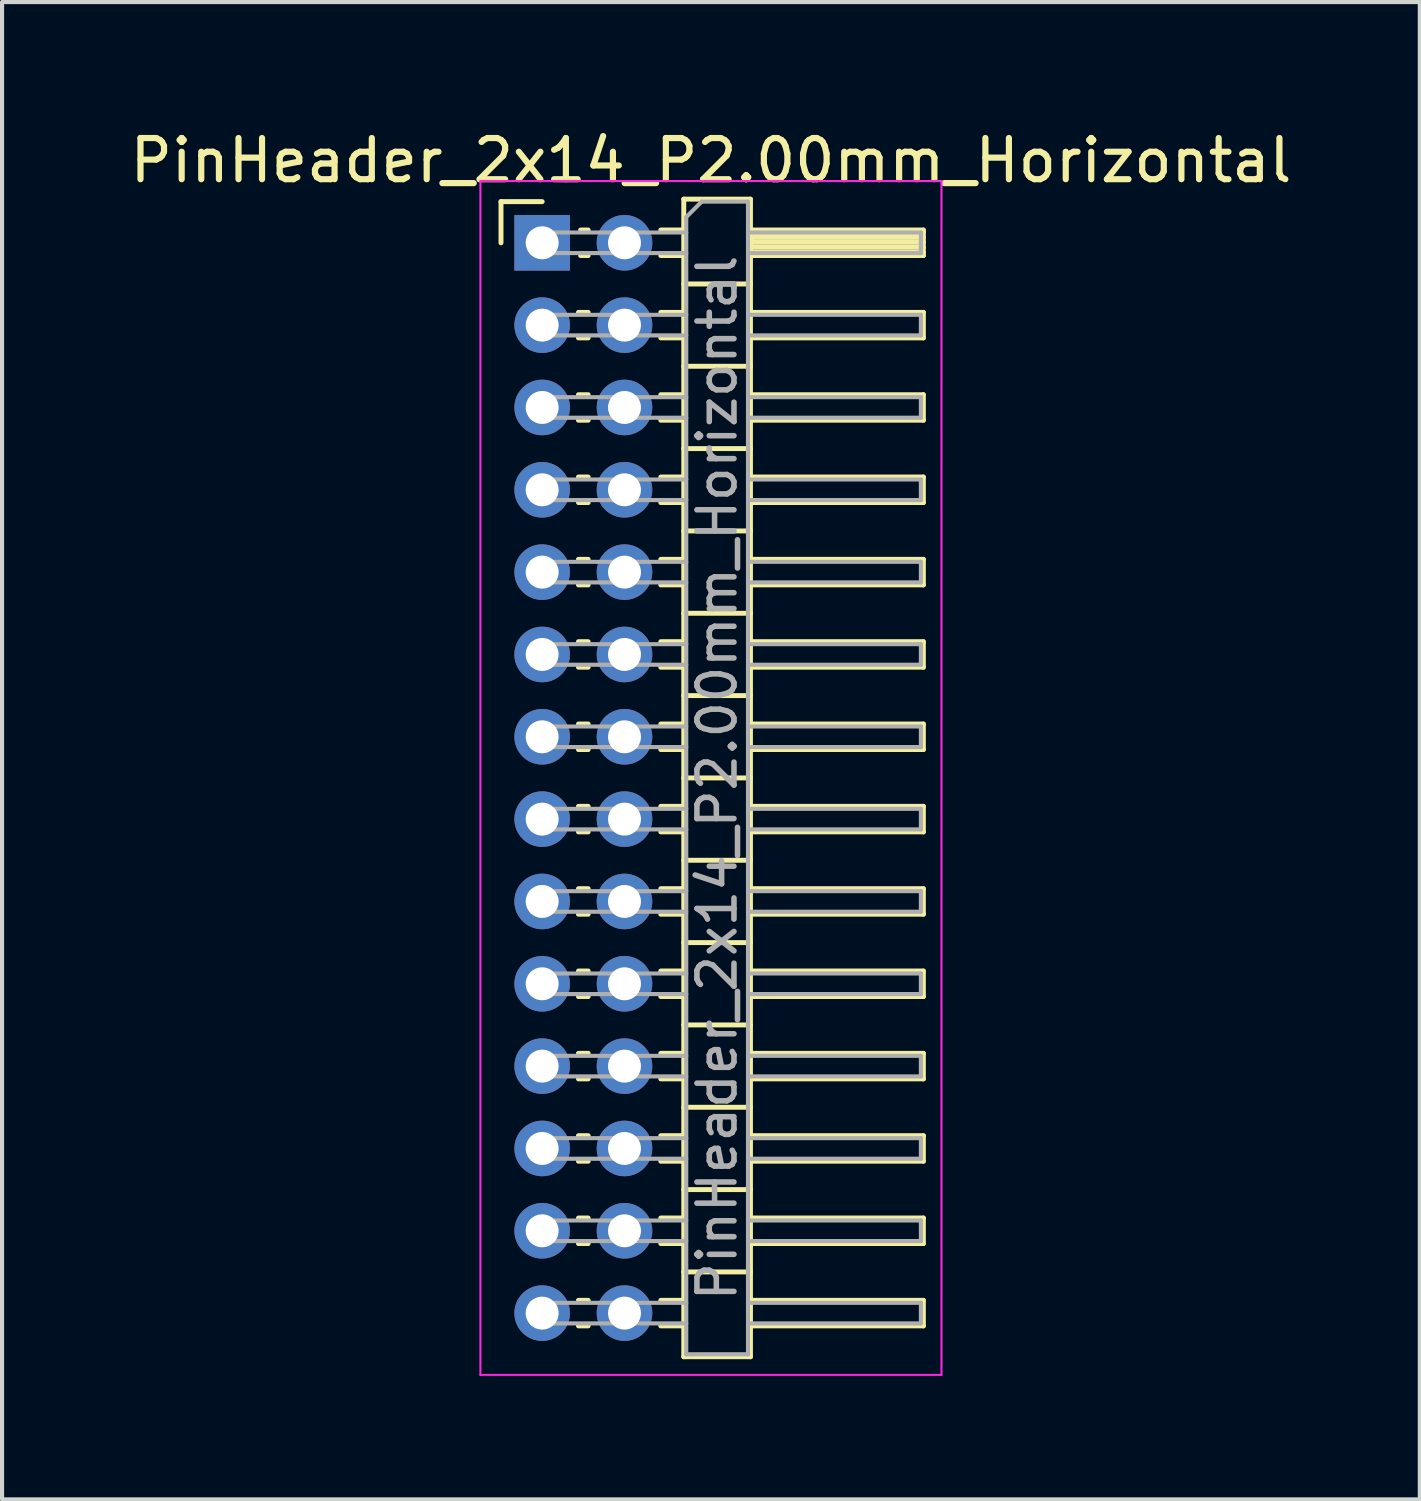
<source format=kicad_pcb>
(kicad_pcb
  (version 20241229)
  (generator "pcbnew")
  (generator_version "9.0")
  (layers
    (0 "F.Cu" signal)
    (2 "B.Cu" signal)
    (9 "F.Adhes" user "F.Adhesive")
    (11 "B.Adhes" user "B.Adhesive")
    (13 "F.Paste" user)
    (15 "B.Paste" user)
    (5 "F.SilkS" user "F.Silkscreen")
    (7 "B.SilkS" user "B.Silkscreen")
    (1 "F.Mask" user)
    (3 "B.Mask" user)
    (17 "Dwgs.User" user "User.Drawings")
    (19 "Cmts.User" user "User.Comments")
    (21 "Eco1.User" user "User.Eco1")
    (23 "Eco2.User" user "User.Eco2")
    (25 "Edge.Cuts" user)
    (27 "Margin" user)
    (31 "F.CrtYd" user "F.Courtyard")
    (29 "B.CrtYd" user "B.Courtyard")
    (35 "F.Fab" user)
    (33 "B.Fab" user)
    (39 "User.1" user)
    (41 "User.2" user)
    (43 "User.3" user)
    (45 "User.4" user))
  (footprint "PinHeader_2x14_P2.00mm_Horizontal"
    (layer "F.Cu")
    (at 10.12 2.848)
    (property "Reference" "PinHeader_2x14_P2.00mm_Horizontal" (at 4.1 -2 0) (layer "F.SilkS") (effects (font (size 1 1) (thickness 0.15))))
    (attr through_hole)
    (fp_line (start -1 -1) (end 0 -1) (stroke (width 0.12) (type solid)) (layer "F.SilkS"))
    (fp_line (start -1 0) (end -1 -1) (stroke (width 0.12) (type solid)) (layer "F.SilkS"))
    (fp_line (start 0.882 1.69) (end 1.118 1.69) (stroke (width 0.12) (type solid)) (layer "F.SilkS"))
    (fp_line (start 0.882 2.31) (end 1.118 2.31) (stroke (width 0.12) (type solid)) (layer "F.SilkS"))
    (fp_line (start 0.882 3.69) (end 1.118 3.69) (stroke (width 0.12) (type solid)) (layer "F.SilkS"))
    (fp_line (start 0.882 4.31) (end 1.118 4.31) (stroke (width 0.12) (type solid)) (layer "F.SilkS"))
    (fp_line (start 0.882 5.69) (end 1.118 5.69) (stroke (width 0.12) (type solid)) (layer "F.SilkS"))
    (fp_line (start 0.882 6.31) (end 1.118 6.31) (stroke (width 0.12) (type solid)) (layer "F.SilkS"))
    (fp_line (start 0.882 7.69) (end 1.118 7.69) (stroke (width 0.12) (type solid)) (layer "F.SilkS"))
    (fp_line (start 0.882 8.31) (end 1.118 8.31) (stroke (width 0.12) (type solid)) (layer "F.SilkS"))
    (fp_line (start 0.882 9.69) (end 1.118 9.69) (stroke (width 0.12) (type solid)) (layer "F.SilkS"))
    (fp_line (start 0.882 10.31) (end 1.118 10.31) (stroke (width 0.12) (type solid)) (layer "F.SilkS"))
    (fp_line (start 0.882 11.69) (end 1.118 11.69) (stroke (width 0.12) (type solid)) (layer "F.SilkS"))
    (fp_line (start 0.882 12.31) (end 1.118 12.31) (stroke (width 0.12) (type solid)) (layer "F.SilkS"))
    (fp_line (start 0.882 13.69) (end 1.118 13.69) (stroke (width 0.12) (type solid)) (layer "F.SilkS"))
    (fp_line (start 0.882 14.31) (end 1.118 14.31) (stroke (width 0.12) (type solid)) (layer "F.SilkS"))
    (fp_line (start 0.882 15.69) (end 1.118 15.69) (stroke (width 0.12) (type solid)) (layer "F.SilkS"))
    (fp_line (start 0.882 16.31) (end 1.118 16.31) (stroke (width 0.12) (type solid)) (layer "F.SilkS"))
    (fp_line (start 0.882 17.69) (end 1.118 17.69) (stroke (width 0.12) (type solid)) (layer "F.SilkS"))
    (fp_line (start 0.882 18.31) (end 1.118 18.31) (stroke (width 0.12) (type solid)) (layer "F.SilkS"))
    (fp_line (start 0.882 19.69) (end 1.118 19.69) (stroke (width 0.12) (type solid)) (layer "F.SilkS"))
    (fp_line (start 0.882 20.31) (end 1.118 20.31) (stroke (width 0.12) (type solid)) (layer "F.SilkS"))
    (fp_line (start 0.882 21.69) (end 1.118 21.69) (stroke (width 0.12) (type solid)) (layer "F.SilkS"))
    (fp_line (start 0.882 22.31) (end 1.118 22.31) (stroke (width 0.12) (type solid)) (layer "F.SilkS"))
    (fp_line (start 0.882 23.69) (end 1.118 23.69) (stroke (width 0.12) (type solid)) (layer "F.SilkS"))
    (fp_line (start 0.882 24.31) (end 1.118 24.31) (stroke (width 0.12) (type solid)) (layer "F.SilkS"))
    (fp_line (start 0.882 25.69) (end 1.118 25.69) (stroke (width 0.12) (type solid)) (layer "F.SilkS"))
    (fp_line (start 0.882 26.31) (end 1.118 26.31) (stroke (width 0.12) (type solid)) (layer "F.SilkS"))
    (fp_line (start 0.935 -0.31) (end 1.118 -0.31) (stroke (width 0.12) (type solid)) (layer "F.SilkS"))
    (fp_line (start 0.935 0.31) (end 1.118 0.31) (stroke (width 0.12) (type solid)) (layer "F.SilkS"))
    (fp_line (start 2.882 -0.31) (end 3.44 -0.31) (stroke (width 0.12) (type solid)) (layer "F.SilkS"))
    (fp_line (start 2.882 0.31) (end 3.44 0.31) (stroke (width 0.12) (type solid)) (layer "F.SilkS"))
    (fp_line (start 2.882 1.69) (end 3.44 1.69) (stroke (width 0.12) (type solid)) (layer "F.SilkS"))
    (fp_line (start 2.882 2.31) (end 3.44 2.31) (stroke (width 0.12) (type solid)) (layer "F.SilkS"))
    (fp_line (start 2.882 3.69) (end 3.44 3.69) (stroke (width 0.12) (type solid)) (layer "F.SilkS"))
    (fp_line (start 2.882 4.31) (end 3.44 4.31) (stroke (width 0.12) (type solid)) (layer "F.SilkS"))
    (fp_line (start 2.882 5.69) (end 3.44 5.69) (stroke (width 0.12) (type solid)) (layer "F.SilkS"))
    (fp_line (start 2.882 6.31) (end 3.44 6.31) (stroke (width 0.12) (type solid)) (layer "F.SilkS"))
    (fp_line (start 2.882 7.69) (end 3.44 7.69) (stroke (width 0.12) (type solid)) (layer "F.SilkS"))
    (fp_line (start 2.882 8.31) (end 3.44 8.31) (stroke (width 0.12) (type solid)) (layer "F.SilkS"))
    (fp_line (start 2.882 9.69) (end 3.44 9.69) (stroke (width 0.12) (type solid)) (layer "F.SilkS"))
    (fp_line (start 2.882 10.31) (end 3.44 10.31) (stroke (width 0.12) (type solid)) (layer "F.SilkS"))
    (fp_line (start 2.882 11.69) (end 3.44 11.69) (stroke (width 0.12) (type solid)) (layer "F.SilkS"))
    (fp_line (start 2.882 12.31) (end 3.44 12.31) (stroke (width 0.12) (type solid)) (layer "F.SilkS"))
    (fp_line (start 2.882 13.69) (end 3.44 13.69) (stroke (width 0.12) (type solid)) (layer "F.SilkS"))
    (fp_line (start 2.882 14.31) (end 3.44 14.31) (stroke (width 0.12) (type solid)) (layer "F.SilkS"))
    (fp_line (start 2.882 15.69) (end 3.44 15.69) (stroke (width 0.12) (type solid)) (layer "F.SilkS"))
    (fp_line (start 2.882 16.31) (end 3.44 16.31) (stroke (width 0.12) (type solid)) (layer "F.SilkS"))
    (fp_line (start 2.882 17.69) (end 3.44 17.69) (stroke (width 0.12) (type solid)) (layer "F.SilkS"))
    (fp_line (start 2.882 18.31) (end 3.44 18.31) (stroke (width 0.12) (type solid)) (layer "F.SilkS"))
    (fp_line (start 2.882 19.69) (end 3.44 19.69) (stroke (width 0.12) (type solid)) (layer "F.SilkS"))
    (fp_line (start 2.882 20.31) (end 3.44 20.31) (stroke (width 0.12) (type solid)) (layer "F.SilkS"))
    (fp_line (start 2.882 21.69) (end 3.44 21.69) (stroke (width 0.12) (type solid)) (layer "F.SilkS"))
    (fp_line (start 2.882 22.31) (end 3.44 22.31) (stroke (width 0.12) (type solid)) (layer "F.SilkS"))
    (fp_line (start 2.882 23.69) (end 3.44 23.69) (stroke (width 0.12) (type solid)) (layer "F.SilkS"))
    (fp_line (start 2.882 24.31) (end 3.44 24.31) (stroke (width 0.12) (type solid)) (layer "F.SilkS"))
    (fp_line (start 2.882 25.69) (end 3.44 25.69) (stroke (width 0.12) (type solid)) (layer "F.SilkS"))
    (fp_line (start 2.882 26.31) (end 3.44 26.31) (stroke (width 0.12) (type solid)) (layer "F.SilkS"))
    (fp_line (start 3.44 -1.06) (end 3.44 27.06) (stroke (width 0.12) (type solid)) (layer "F.SilkS"))
    (fp_line (start 3.44 1) (end 5.06 1) (stroke (width 0.12) (type solid)) (layer "F.SilkS"))
    (fp_line (start 3.44 3) (end 5.06 3) (stroke (width 0.12) (type solid)) (layer "F.SilkS"))
    (fp_line (start 3.44 5) (end 5.06 5) (stroke (width 0.12) (type solid)) (layer "F.SilkS"))
    (fp_line (start 3.44 7) (end 5.06 7) (stroke (width 0.12) (type solid)) (layer "F.SilkS"))
    (fp_line (start 3.44 9) (end 5.06 9) (stroke (width 0.12) (type solid)) (layer "F.SilkS"))
    (fp_line (start 3.44 11) (end 5.06 11) (stroke (width 0.12) (type solid)) (layer "F.SilkS"))
    (fp_line (start 3.44 13) (end 5.06 13) (stroke (width 0.12) (type solid)) (layer "F.SilkS"))
    (fp_line (start 3.44 15) (end 5.06 15) (stroke (width 0.12) (type solid)) (layer "F.SilkS"))
    (fp_line (start 3.44 17) (end 5.06 17) (stroke (width 0.12) (type solid)) (layer "F.SilkS"))
    (fp_line (start 3.44 19) (end 5.06 19) (stroke (width 0.12) (type solid)) (layer "F.SilkS"))
    (fp_line (start 3.44 21) (end 5.06 21) (stroke (width 0.12) (type solid)) (layer "F.SilkS"))
    (fp_line (start 3.44 23) (end 5.06 23) (stroke (width 0.12) (type solid)) (layer "F.SilkS"))
    (fp_line (start 3.44 25) (end 5.06 25) (stroke (width 0.12) (type solid)) (layer "F.SilkS"))
    (fp_line (start 3.44 27.06) (end 5.06 27.06) (stroke (width 0.12) (type solid)) (layer "F.SilkS"))
    (fp_line (start 5.06 -1.06) (end 3.44 -1.06) (stroke (width 0.12) (type solid)) (layer "F.SilkS"))
    (fp_line (start 5.06 -0.31) (end 9.26 -0.31) (stroke (width 0.12) (type solid)) (layer "F.SilkS"))
    (fp_line (start 5.06 -0.25) (end 9.26 -0.25) (stroke (width 0.12) (type solid)) (layer "F.SilkS"))
    (fp_line (start 5.06 -0.13) (end 9.26 -0.13) (stroke (width 0.12) (type solid)) (layer "F.SilkS"))
    (fp_line (start 5.06 -0.01) (end 9.26 -0.01) (stroke (width 0.12) (type solid)) (layer "F.SilkS"))
    (fp_line (start 5.06 0.11) (end 9.26 0.11) (stroke (width 0.12) (type solid)) (layer "F.SilkS"))
    (fp_line (start 5.06 0.23) (end 9.26 0.23) (stroke (width 0.12) (type solid)) (layer "F.SilkS"))
    (fp_line (start 5.06 1.69) (end 9.26 1.69) (stroke (width 0.12) (type solid)) (layer "F.SilkS"))
    (fp_line (start 5.06 3.69) (end 9.26 3.69) (stroke (width 0.12) (type solid)) (layer "F.SilkS"))
    (fp_line (start 5.06 5.69) (end 9.26 5.69) (stroke (width 0.12) (type solid)) (layer "F.SilkS"))
    (fp_line (start 5.06 7.69) (end 9.26 7.69) (stroke (width 0.12) (type solid)) (layer "F.SilkS"))
    (fp_line (start 5.06 9.69) (end 9.26 9.69) (stroke (width 0.12) (type solid)) (layer "F.SilkS"))
    (fp_line (start 5.06 11.69) (end 9.26 11.69) (stroke (width 0.12) (type solid)) (layer "F.SilkS"))
    (fp_line (start 5.06 13.69) (end 9.26 13.69) (stroke (width 0.12) (type solid)) (layer "F.SilkS"))
    (fp_line (start 5.06 15.69) (end 9.26 15.69) (stroke (width 0.12) (type solid)) (layer "F.SilkS"))
    (fp_line (start 5.06 17.69) (end 9.26 17.69) (stroke (width 0.12) (type solid)) (layer "F.SilkS"))
    (fp_line (start 5.06 19.69) (end 9.26 19.69) (stroke (width 0.12) (type solid)) (layer "F.SilkS"))
    (fp_line (start 5.06 21.69) (end 9.26 21.69) (stroke (width 0.12) (type solid)) (layer "F.SilkS"))
    (fp_line (start 5.06 23.69) (end 9.26 23.69) (stroke (width 0.12) (type solid)) (layer "F.SilkS"))
    (fp_line (start 5.06 25.69) (end 9.26 25.69) (stroke (width 0.12) (type solid)) (layer "F.SilkS"))
    (fp_line (start 5.06 27.06) (end 5.06 -1.06) (stroke (width 0.12) (type solid)) (layer "F.SilkS"))
    (fp_line (start 9.26 -0.31) (end 9.26 0.31) (stroke (width 0.12) (type solid)) (layer "F.SilkS"))
    (fp_line (start 9.26 0.31) (end 5.06 0.31) (stroke (width 0.12) (type solid)) (layer "F.SilkS"))
    (fp_line (start 9.26 1.69) (end 9.26 2.31) (stroke (width 0.12) (type solid)) (layer "F.SilkS"))
    (fp_line (start 9.26 2.31) (end 5.06 2.31) (stroke (width 0.12) (type solid)) (layer "F.SilkS"))
    (fp_line (start 9.26 3.69) (end 9.26 4.31) (stroke (width 0.12) (type solid)) (layer "F.SilkS"))
    (fp_line (start 9.26 4.31) (end 5.06 4.31) (stroke (width 0.12) (type solid)) (layer "F.SilkS"))
    (fp_line (start 9.26 5.69) (end 9.26 6.31) (stroke (width 0.12) (type solid)) (layer "F.SilkS"))
    (fp_line (start 9.26 6.31) (end 5.06 6.31) (stroke (width 0.12) (type solid)) (layer "F.SilkS"))
    (fp_line (start 9.26 7.69) (end 9.26 8.31) (stroke (width 0.12) (type solid)) (layer "F.SilkS"))
    (fp_line (start 9.26 8.31) (end 5.06 8.31) (stroke (width 0.12) (type solid)) (layer "F.SilkS"))
    (fp_line (start 9.26 9.69) (end 9.26 10.31) (stroke (width 0.12) (type solid)) (layer "F.SilkS"))
    (fp_line (start 9.26 10.31) (end 5.06 10.31) (stroke (width 0.12) (type solid)) (layer "F.SilkS"))
    (fp_line (start 9.26 11.69) (end 9.26 12.31) (stroke (width 0.12) (type solid)) (layer "F.SilkS"))
    (fp_line (start 9.26 12.31) (end 5.06 12.31) (stroke (width 0.12) (type solid)) (layer "F.SilkS"))
    (fp_line (start 9.26 13.69) (end 9.26 14.31) (stroke (width 0.12) (type solid)) (layer "F.SilkS"))
    (fp_line (start 9.26 14.31) (end 5.06 14.31) (stroke (width 0.12) (type solid)) (layer "F.SilkS"))
    (fp_line (start 9.26 15.69) (end 9.26 16.31) (stroke (width 0.12) (type solid)) (layer "F.SilkS"))
    (fp_line (start 9.26 16.31) (end 5.06 16.31) (stroke (width 0.12) (type solid)) (layer "F.SilkS"))
    (fp_line (start 9.26 17.69) (end 9.26 18.31) (stroke (width 0.12) (type solid)) (layer "F.SilkS"))
    (fp_line (start 9.26 18.31) (end 5.06 18.31) (stroke (width 0.12) (type solid)) (layer "F.SilkS"))
    (fp_line (start 9.26 19.69) (end 9.26 20.31) (stroke (width 0.12) (type solid)) (layer "F.SilkS"))
    (fp_line (start 9.26 20.31) (end 5.06 20.31) (stroke (width 0.12) (type solid)) (layer "F.SilkS"))
    (fp_line (start 9.26 21.69) (end 9.26 22.31) (stroke (width 0.12) (type solid)) (layer "F.SilkS"))
    (fp_line (start 9.26 22.31) (end 5.06 22.31) (stroke (width 0.12) (type solid)) (layer "F.SilkS"))
    (fp_line (start 9.26 23.69) (end 9.26 24.31) (stroke (width 0.12) (type solid)) (layer "F.SilkS"))
    (fp_line (start 9.26 24.31) (end 5.06 24.31) (stroke (width 0.12) (type solid)) (layer "F.SilkS"))
    (fp_line (start 9.26 25.69) (end 9.26 26.31) (stroke (width 0.12) (type solid)) (layer "F.SilkS"))
    (fp_line (start 9.26 26.31) (end 5.06 26.31) (stroke (width 0.12) (type solid)) (layer "F.SilkS"))
    (fp_line (start -1.5 -1.5) (end -1.5 27.5) (stroke (width 0.05) (type solid)) (layer "F.CrtYd"))
    (fp_line (start -1.5 27.5) (end 9.7 27.5) (stroke (width 0.05) (type solid)) (layer "F.CrtYd"))
    (fp_line (start 9.7 -1.5) (end -1.5 -1.5) (stroke (width 0.05) (type solid)) (layer "F.CrtYd"))
    (fp_line (start 9.7 27.5) (end 9.7 -1.5) (stroke (width 0.05) (type solid)) (layer "F.CrtYd"))
    (fp_line (start -0.25 -0.25) (end -0.25 0.25) (stroke (width 0.1) (type solid)) (layer "F.Fab"))
    (fp_line (start -0.25 -0.25) (end 3.5 -0.25) (stroke (width 0.1) (type solid)) (layer "F.Fab"))
    (fp_line (start -0.25 0.25) (end 3.5 0.25) (stroke (width 0.1) (type solid)) (layer "F.Fab"))
    (fp_line (start -0.25 1.75) (end -0.25 2.25) (stroke (width 0.1) (type solid)) (layer "F.Fab"))
    (fp_line (start -0.25 1.75) (end 3.5 1.75) (stroke (width 0.1) (type solid)) (layer "F.Fab"))
    (fp_line (start -0.25 2.25) (end 3.5 2.25) (stroke (width 0.1) (type solid)) (layer "F.Fab"))
    (fp_line (start -0.25 3.75) (end -0.25 4.25) (stroke (width 0.1) (type solid)) (layer "F.Fab"))
    (fp_line (start -0.25 3.75) (end 3.5 3.75) (stroke (width 0.1) (type solid)) (layer "F.Fab"))
    (fp_line (start -0.25 4.25) (end 3.5 4.25) (stroke (width 0.1) (type solid)) (layer "F.Fab"))
    (fp_line (start -0.25 5.75) (end -0.25 6.25) (stroke (width 0.1) (type solid)) (layer "F.Fab"))
    (fp_line (start -0.25 5.75) (end 3.5 5.75) (stroke (width 0.1) (type solid)) (layer "F.Fab"))
    (fp_line (start -0.25 6.25) (end 3.5 6.25) (stroke (width 0.1) (type solid)) (layer "F.Fab"))
    (fp_line (start -0.25 7.75) (end -0.25 8.25) (stroke (width 0.1) (type solid)) (layer "F.Fab"))
    (fp_line (start -0.25 7.75) (end 3.5 7.75) (stroke (width 0.1) (type solid)) (layer "F.Fab"))
    (fp_line (start -0.25 8.25) (end 3.5 8.25) (stroke (width 0.1) (type solid)) (layer "F.Fab"))
    (fp_line (start -0.25 9.75) (end -0.25 10.25) (stroke (width 0.1) (type solid)) (layer "F.Fab"))
    (fp_line (start -0.25 9.75) (end 3.5 9.75) (stroke (width 0.1) (type solid)) (layer "F.Fab"))
    (fp_line (start -0.25 10.25) (end 3.5 10.25) (stroke (width 0.1) (type solid)) (layer "F.Fab"))
    (fp_line (start -0.25 11.75) (end -0.25 12.25) (stroke (width 0.1) (type solid)) (layer "F.Fab"))
    (fp_line (start -0.25 11.75) (end 3.5 11.75) (stroke (width 0.1) (type solid)) (layer "F.Fab"))
    (fp_line (start -0.25 12.25) (end 3.5 12.25) (stroke (width 0.1) (type solid)) (layer "F.Fab"))
    (fp_line (start -0.25 13.75) (end -0.25 14.25) (stroke (width 0.1) (type solid)) (layer "F.Fab"))
    (fp_line (start -0.25 13.75) (end 3.5 13.75) (stroke (width 0.1) (type solid)) (layer "F.Fab"))
    (fp_line (start -0.25 14.25) (end 3.5 14.25) (stroke (width 0.1) (type solid)) (layer "F.Fab"))
    (fp_line (start -0.25 15.75) (end -0.25 16.25) (stroke (width 0.1) (type solid)) (layer "F.Fab"))
    (fp_line (start -0.25 15.75) (end 3.5 15.75) (stroke (width 0.1) (type solid)) (layer "F.Fab"))
    (fp_line (start -0.25 16.25) (end 3.5 16.25) (stroke (width 0.1) (type solid)) (layer "F.Fab"))
    (fp_line (start -0.25 17.75) (end -0.25 18.25) (stroke (width 0.1) (type solid)) (layer "F.Fab"))
    (fp_line (start -0.25 17.75) (end 3.5 17.75) (stroke (width 0.1) (type solid)) (layer "F.Fab"))
    (fp_line (start -0.25 18.25) (end 3.5 18.25) (stroke (width 0.1) (type solid)) (layer "F.Fab"))
    (fp_line (start -0.25 19.75) (end -0.25 20.25) (stroke (width 0.1) (type solid)) (layer "F.Fab"))
    (fp_line (start -0.25 19.75) (end 3.5 19.75) (stroke (width 0.1) (type solid)) (layer "F.Fab"))
    (fp_line (start -0.25 20.25) (end 3.5 20.25) (stroke (width 0.1) (type solid)) (layer "F.Fab"))
    (fp_line (start -0.25 21.75) (end -0.25 22.25) (stroke (width 0.1) (type solid)) (layer "F.Fab"))
    (fp_line (start -0.25 21.75) (end 3.5 21.75) (stroke (width 0.1) (type solid)) (layer "F.Fab"))
    (fp_line (start -0.25 22.25) (end 3.5 22.25) (stroke (width 0.1) (type solid)) (layer "F.Fab"))
    (fp_line (start -0.25 23.75) (end -0.25 24.25) (stroke (width 0.1) (type solid)) (layer "F.Fab"))
    (fp_line (start -0.25 23.75) (end 3.5 23.75) (stroke (width 0.1) (type solid)) (layer "F.Fab"))
    (fp_line (start -0.25 24.25) (end 3.5 24.25) (stroke (width 0.1) (type solid)) (layer "F.Fab"))
    (fp_line (start -0.25 25.75) (end -0.25 26.25) (stroke (width 0.1) (type solid)) (layer "F.Fab"))
    (fp_line (start -0.25 25.75) (end 3.5 25.75) (stroke (width 0.1) (type solid)) (layer "F.Fab"))
    (fp_line (start -0.25 26.25) (end 3.5 26.25) (stroke (width 0.1) (type solid)) (layer "F.Fab"))
    (fp_line (start 3.5 -0.625) (end 3.875 -1) (stroke (width 0.1) (type solid)) (layer "F.Fab"))
    (fp_line (start 3.5 27) (end 3.5 -0.625) (stroke (width 0.1) (type solid)) (layer "F.Fab"))
    (fp_line (start 3.875 -1) (end 5 -1) (stroke (width 0.1) (type solid)) (layer "F.Fab"))
    (fp_line (start 5 -1) (end 5 27) (stroke (width 0.1) (type solid)) (layer "F.Fab"))
    (fp_line (start 5 -0.25) (end 9.2 -0.25) (stroke (width 0.1) (type solid)) (layer "F.Fab"))
    (fp_line (start 5 0.25) (end 9.2 0.25) (stroke (width 0.1) (type solid)) (layer "F.Fab"))
    (fp_line (start 5 1.75) (end 9.2 1.75) (stroke (width 0.1) (type solid)) (layer "F.Fab"))
    (fp_line (start 5 2.25) (end 9.2 2.25) (stroke (width 0.1) (type solid)) (layer "F.Fab"))
    (fp_line (start 5 3.75) (end 9.2 3.75) (stroke (width 0.1) (type solid)) (layer "F.Fab"))
    (fp_line (start 5 4.25) (end 9.2 4.25) (stroke (width 0.1) (type solid)) (layer "F.Fab"))
    (fp_line (start 5 5.75) (end 9.2 5.75) (stroke (width 0.1) (type solid)) (layer "F.Fab"))
    (fp_line (start 5 6.25) (end 9.2 6.25) (stroke (width 0.1) (type solid)) (layer "F.Fab"))
    (fp_line (start 5 7.75) (end 9.2 7.75) (stroke (width 0.1) (type solid)) (layer "F.Fab"))
    (fp_line (start 5 8.25) (end 9.2 8.25) (stroke (width 0.1) (type solid)) (layer "F.Fab"))
    (fp_line (start 5 9.75) (end 9.2 9.75) (stroke (width 0.1) (type solid)) (layer "F.Fab"))
    (fp_line (start 5 10.25) (end 9.2 10.25) (stroke (width 0.1) (type solid)) (layer "F.Fab"))
    (fp_line (start 5 11.75) (end 9.2 11.75) (stroke (width 0.1) (type solid)) (layer "F.Fab"))
    (fp_line (start 5 12.25) (end 9.2 12.25) (stroke (width 0.1) (type solid)) (layer "F.Fab"))
    (fp_line (start 5 13.75) (end 9.2 13.75) (stroke (width 0.1) (type solid)) (layer "F.Fab"))
    (fp_line (start 5 14.25) (end 9.2 14.25) (stroke (width 0.1) (type solid)) (layer "F.Fab"))
    (fp_line (start 5 15.75) (end 9.2 15.75) (stroke (width 0.1) (type solid)) (layer "F.Fab"))
    (fp_line (start 5 16.25) (end 9.2 16.25) (stroke (width 0.1) (type solid)) (layer "F.Fab"))
    (fp_line (start 5 17.75) (end 9.2 17.75) (stroke (width 0.1) (type solid)) (layer "F.Fab"))
    (fp_line (start 5 18.25) (end 9.2 18.25) (stroke (width 0.1) (type solid)) (layer "F.Fab"))
    (fp_line (start 5 19.75) (end 9.2 19.75) (stroke (width 0.1) (type solid)) (layer "F.Fab"))
    (fp_line (start 5 20.25) (end 9.2 20.25) (stroke (width 0.1) (type solid)) (layer "F.Fab"))
    (fp_line (start 5 21.75) (end 9.2 21.75) (stroke (width 0.1) (type solid)) (layer "F.Fab"))
    (fp_line (start 5 22.25) (end 9.2 22.25) (stroke (width 0.1) (type solid)) (layer "F.Fab"))
    (fp_line (start 5 23.75) (end 9.2 23.75) (stroke (width 0.1) (type solid)) (layer "F.Fab"))
    (fp_line (start 5 24.25) (end 9.2 24.25) (stroke (width 0.1) (type solid)) (layer "F.Fab"))
    (fp_line (start 5 25.75) (end 9.2 25.75) (stroke (width 0.1) (type solid)) (layer "F.Fab"))
    (fp_line (start 5 26.25) (end 9.2 26.25) (stroke (width 0.1) (type solid)) (layer "F.Fab"))
    (fp_line (start 5 27) (end 3.5 27) (stroke (width 0.1) (type solid)) (layer "F.Fab"))
    (fp_line (start 9.2 -0.25) (end 9.2 0.25) (stroke (width 0.1) (type solid)) (layer "F.Fab"))
    (fp_line (start 9.2 1.75) (end 9.2 2.25) (stroke (width 0.1) (type solid)) (layer "F.Fab"))
    (fp_line (start 9.2 3.75) (end 9.2 4.25) (stroke (width 0.1) (type solid)) (layer "F.Fab"))
    (fp_line (start 9.2 5.75) (end 9.2 6.25) (stroke (width 0.1) (type solid)) (layer "F.Fab"))
    (fp_line (start 9.2 7.75) (end 9.2 8.25) (stroke (width 0.1) (type solid)) (layer "F.Fab"))
    (fp_line (start 9.2 9.75) (end 9.2 10.25) (stroke (width 0.1) (type solid)) (layer "F.Fab"))
    (fp_line (start 9.2 11.75) (end 9.2 12.25) (stroke (width 0.1) (type solid)) (layer "F.Fab"))
    (fp_line (start 9.2 13.75) (end 9.2 14.25) (stroke (width 0.1) (type solid)) (layer "F.Fab"))
    (fp_line (start 9.2 15.75) (end 9.2 16.25) (stroke (width 0.1) (type solid)) (layer "F.Fab"))
    (fp_line (start 9.2 17.75) (end 9.2 18.25) (stroke (width 0.1) (type solid)) (layer "F.Fab"))
    (fp_line (start 9.2 19.75) (end 9.2 20.25) (stroke (width 0.1) (type solid)) (layer "F.Fab"))
    (fp_line (start 9.2 21.75) (end 9.2 22.25) (stroke (width 0.1) (type solid)) (layer "F.Fab"))
    (fp_line (start 9.2 23.75) (end 9.2 24.25) (stroke (width 0.1) (type solid)) (layer "F.Fab"))
    (fp_line (start 9.2 25.75) (end 9.2 26.25) (stroke (width 0.1) (type solid)) (layer "F.Fab"))
    (fp_text user "${REFERENCE}" (at 4.25 13 90) (layer "F.Fab") (effects (font (size 0.9 0.9) (thickness 0.135))))
    (pad "1" thru_hole rect (at 0 0) (size 1.35 1.35) (drill 0.8) (layers "*.Cu" "*.Mask"))
    (pad "2" thru_hole oval (at 2 0) (size 1.35 1.35) (drill 0.8) (layers "*.Cu" "*.Mask"))
    (pad "3" thru_hole oval (at 0 2) (size 1.35 1.35) (drill 0.8) (layers "*.Cu" "*.Mask"))
    (pad "4" thru_hole oval (at 2 2) (size 1.35 1.35) (drill 0.8) (layers "*.Cu" "*.Mask"))
    (pad "5" thru_hole oval (at 0 4) (size 1.35 1.35) (drill 0.8) (layers "*.Cu" "*.Mask"))
    (pad "6" thru_hole oval (at 2 4) (size 1.35 1.35) (drill 0.8) (layers "*.Cu" "*.Mask"))
    (pad "7" thru_hole oval (at 0 6) (size 1.35 1.35) (drill 0.8) (layers "*.Cu" "*.Mask"))
    (pad "8" thru_hole oval (at 2 6) (size 1.35 1.35) (drill 0.8) (layers "*.Cu" "*.Mask"))
    (pad "9" thru_hole oval (at 0 8) (size 1.35 1.35) (drill 0.8) (layers "*.Cu" "*.Mask"))
    (pad "10" thru_hole oval (at 2 8) (size 1.35 1.35) (drill 0.8) (layers "*.Cu" "*.Mask"))
    (pad "11" thru_hole oval (at 0 10) (size 1.35 1.35) (drill 0.8) (layers "*.Cu" "*.Mask"))
    (pad "12" thru_hole oval (at 2 10) (size 1.35 1.35) (drill 0.8) (layers "*.Cu" "*.Mask"))
    (pad "13" thru_hole oval (at 0 12) (size 1.35 1.35) (drill 0.8) (layers "*.Cu" "*.Mask"))
    (pad "14" thru_hole oval (at 2 12) (size 1.35 1.35) (drill 0.8) (layers "*.Cu" "*.Mask"))
    (pad "15" thru_hole oval (at 0 14) (size 1.35 1.35) (drill 0.8) (layers "*.Cu" "*.Mask"))
    (pad "16" thru_hole oval (at 2 14) (size 1.35 1.35) (drill 0.8) (layers "*.Cu" "*.Mask"))
    (pad "17" thru_hole oval (at 0 16) (size 1.35 1.35) (drill 0.8) (layers "*.Cu" "*.Mask"))
    (pad "18" thru_hole oval (at 2 16) (size 1.35 1.35) (drill 0.8) (layers "*.Cu" "*.Mask"))
    (pad "19" thru_hole oval (at 0 18) (size 1.35 1.35) (drill 0.8) (layers "*.Cu" "*.Mask"))
    (pad "20" thru_hole oval (at 2 18) (size 1.35 1.35) (drill 0.8) (layers "*.Cu" "*.Mask"))
    (pad "21" thru_hole oval (at 0 20) (size 1.35 1.35) (drill 0.8) (layers "*.Cu" "*.Mask"))
    (pad "22" thru_hole oval (at 2 20) (size 1.35 1.35) (drill 0.8) (layers "*.Cu" "*.Mask"))
    (pad "23" thru_hole oval (at 0 22) (size 1.35 1.35) (drill 0.8) (layers "*.Cu" "*.Mask"))
    (pad "24" thru_hole oval (at 2 22) (size 1.35 1.35) (drill 0.8) (layers "*.Cu" "*.Mask"))
    (pad "25" thru_hole oval (at 0 24) (size 1.35 1.35) (drill 0.8) (layers "*.Cu" "*.Mask"))
    (pad "26" thru_hole oval (at 2 24) (size 1.35 1.35) (drill 0.8) (layers "*.Cu" "*.Mask"))
    (pad "27" thru_hole oval (at 0 26) (size 1.35 1.35) (drill 0.8) (layers "*.Cu" "*.Mask"))
    (pad "28" thru_hole oval (at 2 26) (size 1.35 1.35) (drill 0.8) (layers "*.Cu" "*.Mask")))
  (gr_rect
    (start -3 -3)
    (end 31.44 33.373)
    (stroke (width 0.1) (type default))
    (fill no)
    (layer "Edge.Cuts")))
</source>
